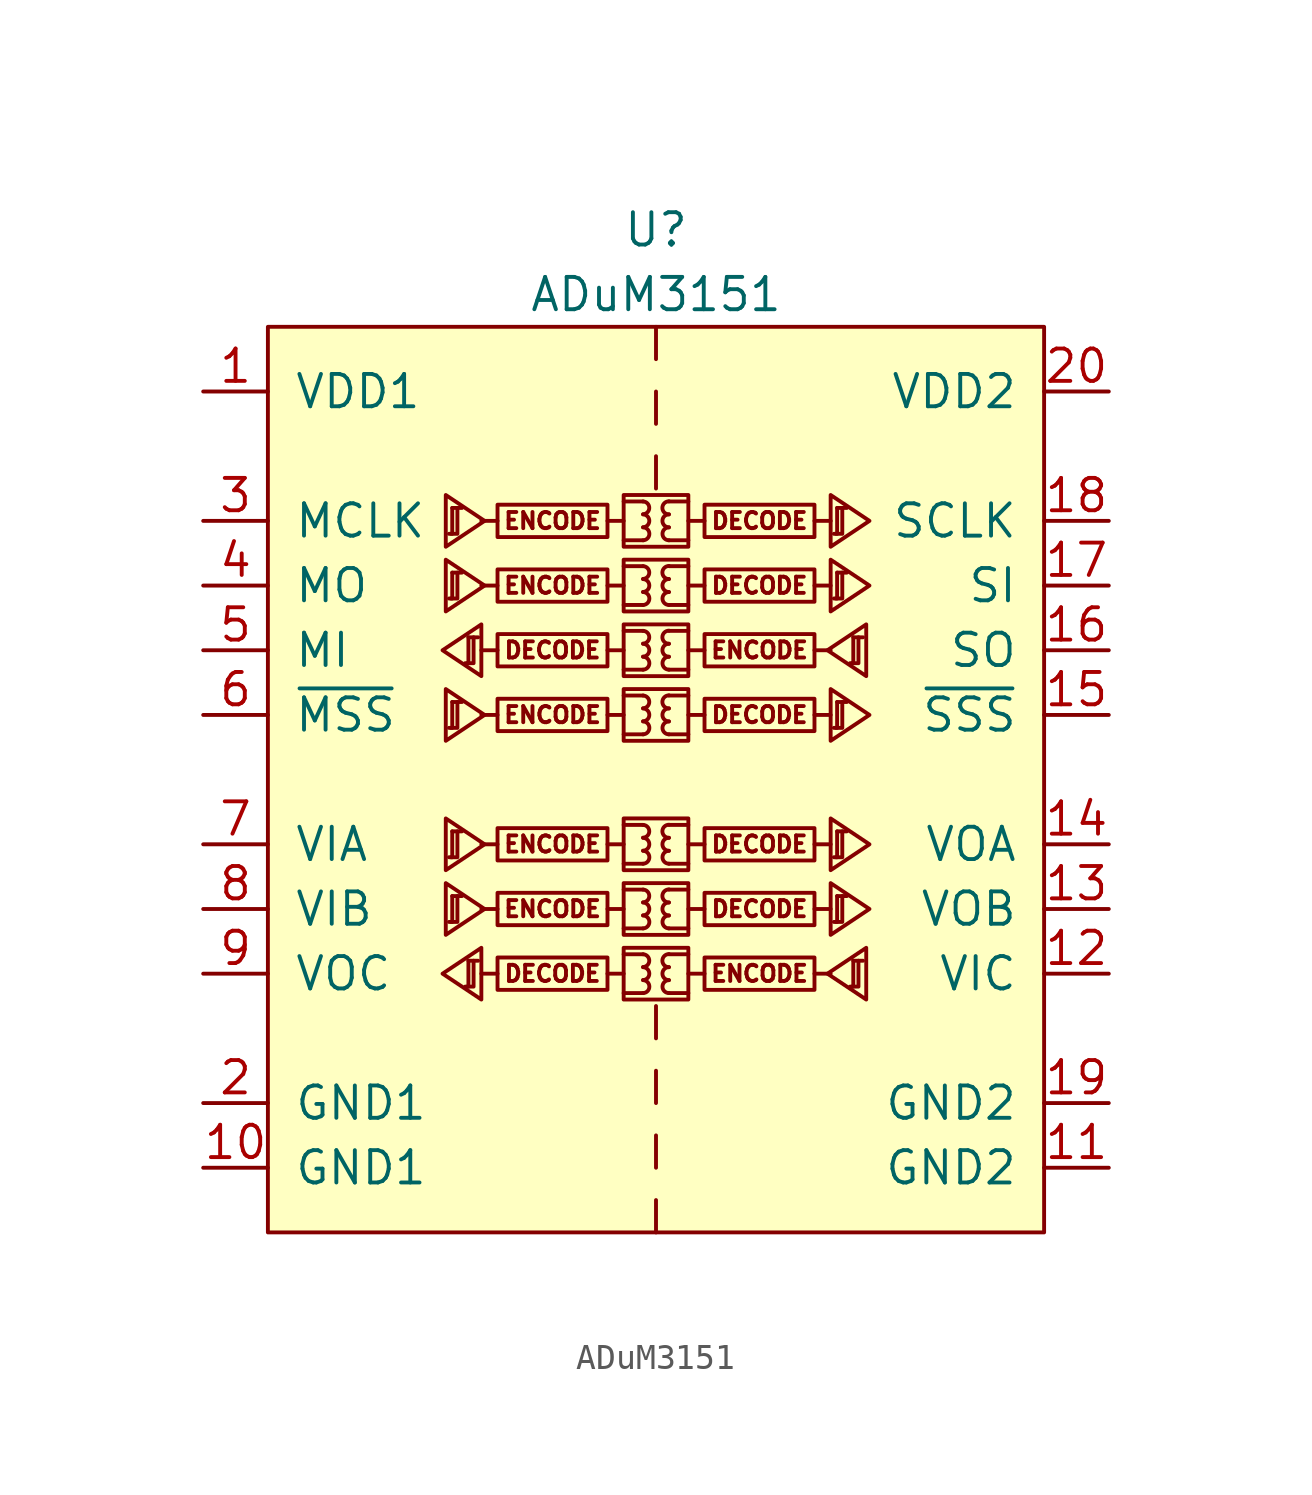
<source format=kicad_sym>
(kicad_symbol_lib
  (version 20211014)
  (generator kicad_symbol_editor)
  (symbol "ADuM3151"
    (pin_names
      (offset 1.016))
    (property "Reference" "U"
      (at 0 21.59 0)
      (effects (font (size 1.27 1.27))))
    (property "Value" "ADuM3151"
      (at 0 19.05 0)
      (effects (font (size 1.27 1.27))))
    (symbol "ADuM3151_0_1"
      (rectangle (start -15.24 17.78) (end 15.24 -17.78) (stroke (width 0) (type default) (color 0 0 0 0)) (fill (type background)))
      (polyline (pts (xy 0 -16.51) (xy 0 -17.78)) (stroke (width 0) (type default) (color 0 0 0 0)) (fill (type none)))
      (polyline (pts (xy 0 -13.97) (xy 0 -15.24)) (stroke (width 0) (type default) (color 0 0 0 0)) (fill (type none)))
      (polyline (pts (xy 0 -11.43) (xy 0 -12.7)) (stroke (width 0) (type default) (color 0 0 0 0)) (fill (type none)))
      (polyline (pts (xy 0 -8.89) (xy 0 -10.16)) (stroke (width 0) (type default) (color 0 0 0 0)) (fill (type none)))
      (polyline (pts (xy 0 12.7) (xy 0 11.43)) (stroke (width 0) (type default) (color 0 0 0 0)) (fill (type none)))
      (polyline (pts (xy 0 15.24) (xy 0 13.97)) (stroke (width 0) (type default) (color 0 0 0 0)) (fill (type none)))
      (polyline (pts (xy 0 17.78) (xy 0 16.51)) (stroke (width 0) (type default) (color 0 0 0 0)) (fill (type none))))
    (symbol "ADuM3151_1_1"
      (rectangle (start -1.905 -6.985) (end -6.223 -8.255) (stroke (width 0) (type default) (color 0 0 0 0)) (fill (type none)))
      (rectangle (start -1.905 -4.445) (end -6.223 -5.715) (stroke (width 0) (type default) (color 0 0 0 0)) (fill (type none)))
      (rectangle (start -1.905 -1.905) (end -6.223 -3.175) (stroke (width 0) (type default) (color 0 0 0 0)) (fill (type none)))
      (rectangle (start -1.905 3.175) (end -6.223 1.905) (stroke (width 0) (type default) (color 0 0 0 0)) (fill (type none)))
      (rectangle (start -1.905 5.715) (end -6.223 4.445) (stroke (width 0) (type default) (color 0 0 0 0)) (fill (type none)))
      (rectangle (start -1.905 8.255) (end -6.223 6.985) (stroke (width 0) (type default) (color 0 0 0 0)) (fill (type none)))
      (rectangle (start -1.905 10.795) (end -6.223 9.525) (stroke (width 0) (type default) (color 0 0 0 0)) (fill (type none)))
      (rectangle (start -1.27 -6.604) (end 1.27 -8.636) (stroke (width 0) (type default) (color 0 0 0 0)) (fill (type none)))
      (rectangle (start -1.27 -4.064) (end 1.27 -6.096) (stroke (width 0) (type default) (color 0 0 0 0)) (fill (type none)))
      (rectangle (start -1.27 -1.524) (end 1.27 -3.556) (stroke (width 0) (type default) (color 0 0 0 0)) (fill (type none)))
      (rectangle (start -1.27 3.556) (end 1.27 1.524) (stroke (width 0) (type default) (color 0 0 0 0)) (fill (type none)))
      (rectangle (start -1.27 6.096) (end 1.27 4.064) (stroke (width 0) (type default) (color 0 0 0 0)) (fill (type none)))
      (rectangle (start -1.27 8.636) (end 1.27 6.604) (stroke (width 0) (type default) (color 0 0 0 0)) (fill (type none)))
      (rectangle (start -1.27 11.176) (end 1.27 9.144) (stroke (width 0) (type default) (color 0 0 0 0)) (fill (type none)))
      (arc (start -0.508 -8.382) (mid -0.254 -8.128) (end -0.508 -7.874) (stroke (width 0) (type default) (color 0 0 0 0)) (fill (type none)))
      (arc (start -0.508 -7.874) (mid -0.254 -7.62) (end -0.508 -7.366) (stroke (width 0) (type default) (color 0 0 0 0)) (fill (type none)))
      (arc (start -0.508 -7.366) (mid -0.254 -7.112) (end -0.508 -6.858) (stroke (width 0) (type default) (color 0 0 0 0)) (fill (type none)))
      (arc (start -0.508 -5.842) (mid -0.254 -5.588) (end -0.508 -5.334) (stroke (width 0) (type default) (color 0 0 0 0)) (fill (type none)))
      (arc (start -0.508 -5.334) (mid -0.254 -5.08) (end -0.508 -4.826) (stroke (width 0) (type default) (color 0 0 0 0)) (fill (type none)))
      (arc (start -0.508 -4.826) (mid -0.254 -4.572) (end -0.508 -4.318) (stroke (width 0) (type default) (color 0 0 0 0)) (fill (type none)))
      (arc (start -0.508 -3.302) (mid -0.254 -3.048) (end -0.508 -2.794) (stroke (width 0) (type default) (color 0 0 0 0)) (fill (type none)))
      (arc (start -0.508 -2.794) (mid -0.254 -2.54) (end -0.508 -2.286) (stroke (width 0) (type default) (color 0 0 0 0)) (fill (type none)))
      (arc (start -0.508 -2.286) (mid -0.254 -2.032) (end -0.508 -1.778) (stroke (width 0) (type default) (color 0 0 0 0)) (fill (type none)))
      (arc (start -0.508 1.778) (mid -0.254 2.032) (end -0.508 2.286) (stroke (width 0) (type default) (color 0 0 0 0)) (fill (type none)))
      (arc (start -0.508 2.286) (mid -0.254 2.54) (end -0.508 2.794) (stroke (width 0) (type default) (color 0 0 0 0)) (fill (type none)))
      (arc (start -0.508 2.794) (mid -0.254 3.048) (end -0.508 3.302) (stroke (width 0) (type default) (color 0 0 0 0)) (fill (type none)))
      (arc (start -0.508 4.318) (mid -0.254 4.572) (end -0.508 4.826) (stroke (width 0) (type default) (color 0 0 0 0)) (fill (type none)))
      (arc (start -0.508 4.826) (mid -0.254 5.08) (end -0.508 5.334) (stroke (width 0) (type default) (color 0 0 0 0)) (fill (type none)))
      (arc (start -0.508 5.334) (mid -0.254 5.588) (end -0.508 5.842) (stroke (width 0) (type default) (color 0 0 0 0)) (fill (type none)))
      (arc (start -0.508 6.858) (mid -0.254 7.112) (end -0.508 7.366) (stroke (width 0) (type default) (color 0 0 0 0)) (fill (type none)))
      (arc (start -0.508 7.366) (mid -0.254 7.62) (end -0.508 7.874) (stroke (width 0) (type default) (color 0 0 0 0)) (fill (type none)))
      (arc (start -0.508 7.874) (mid -0.254 8.128) (end -0.508 8.382) (stroke (width 0) (type default) (color 0 0 0 0)) (fill (type none)))
      (arc (start -0.508 9.398) (mid -0.254 9.652) (end -0.508 9.906) (stroke (width 0) (type default) (color 0 0 0 0)) (fill (type none)))
      (arc (start -0.508 9.906) (mid -0.254 10.16) (end -0.508 10.414) (stroke (width 0) (type default) (color 0 0 0 0)) (fill (type none)))
      (arc (start -0.508 10.414) (mid -0.254 10.668) (end -0.508 10.922) (stroke (width 0) (type default) (color 0 0 0 0)) (fill (type none)))
      (polyline (pts (xy -8.001 -4.572) (xy -7.62 -4.572)) (stroke (width 0) (type default) (color 0 0 0 0)) (fill (type none)))
      (polyline (pts (xy -8.001 -2.032) (xy -7.62 -2.032)) (stroke (width 0) (type default) (color 0 0 0 0)) (fill (type none)))
      (polyline (pts (xy -8.001 3.048) (xy -7.62 3.048)) (stroke (width 0) (type default) (color 0 0 0 0)) (fill (type none)))
      (polyline (pts (xy -8.001 8.128) (xy -7.62 8.128)) (stroke (width 0) (type default) (color 0 0 0 0)) (fill (type none)))
      (polyline (pts (xy -8.001 10.668) (xy -7.62 10.668)) (stroke (width 0) (type default) (color 0 0 0 0)) (fill (type none)))
      (polyline (pts (xy -7.366 -7.112) (xy -6.985 -7.112)) (stroke (width 0) (type default) (color 0 0 0 0)) (fill (type none)))
      (polyline (pts (xy -7.366 5.588) (xy -6.985 5.588)) (stroke (width 0) (type default) (color 0 0 0 0)) (fill (type none)))
      (polyline (pts (xy -6.223 -7.62) (xy -6.858 -7.62)) (stroke (width 0) (type default) (color 0 0 0 0)) (fill (type none)))
      (polyline (pts (xy -6.223 -5.08) (xy -6.858 -5.08)) (stroke (width 0) (type default) (color 0 0 0 0)) (fill (type none)))
      (polyline (pts (xy -6.223 -2.54) (xy -6.858 -2.54)) (stroke (width 0) (type default) (color 0 0 0 0)) (fill (type none)))
      (polyline (pts (xy -6.223 2.54) (xy -6.858 2.54)) (stroke (width 0) (type default) (color 0 0 0 0)) (fill (type none)))
      (polyline (pts (xy -6.223 5.08) (xy -6.858 5.08)) (stroke (width 0) (type default) (color 0 0 0 0)) (fill (type none)))
      (polyline (pts (xy -6.223 7.62) (xy -6.858 7.62)) (stroke (width 0) (type default) (color 0 0 0 0)) (fill (type none)))
      (polyline (pts (xy -6.223 10.16) (xy -6.858 10.16)) (stroke (width 0) (type default) (color 0 0 0 0)) (fill (type none)))
      (polyline (pts (xy -1.905 -7.62) (xy -1.27 -7.62)) (stroke (width 0) (type default) (color 0 0 0 0)) (fill (type none)))
      (polyline (pts (xy -1.905 -5.08) (xy -1.27 -5.08)) (stroke (width 0) (type default) (color 0 0 0 0)) (fill (type none)))
      (polyline (pts (xy -1.905 -2.54) (xy -1.27 -2.54)) (stroke (width 0) (type default) (color 0 0 0 0)) (fill (type none)))
      (polyline (pts (xy -1.905 2.54) (xy -1.27 2.54)) (stroke (width 0) (type default) (color 0 0 0 0)) (fill (type none)))
      (polyline (pts (xy -1.905 5.08) (xy -1.27 5.08)) (stroke (width 0) (type default) (color 0 0 0 0)) (fill (type none)))
      (polyline (pts (xy -1.905 7.62) (xy -1.27 7.62)) (stroke (width 0) (type default) (color 0 0 0 0)) (fill (type none)))
      (polyline (pts (xy -1.905 10.16) (xy -1.27 10.16)) (stroke (width 0) (type default) (color 0 0 0 0)) (fill (type none)))
      (polyline (pts (xy -1.27 -8.382) (xy -0.508 -8.382)) (stroke (width 0) (type default) (color 0 0 0 0)) (fill (type none)))
      (polyline (pts (xy -1.27 -6.858) (xy -0.508 -6.858)) (stroke (width 0) (type default) (color 0 0 0 0)) (fill (type none)))
      (polyline (pts (xy -1.27 -5.842) (xy -0.508 -5.842)) (stroke (width 0) (type default) (color 0 0 0 0)) (fill (type none)))
      (polyline (pts (xy -1.27 -4.318) (xy -0.508 -4.318)) (stroke (width 0) (type default) (color 0 0 0 0)) (fill (type none)))
      (polyline (pts (xy -1.27 -3.302) (xy -0.508 -3.302)) (stroke (width 0) (type default) (color 0 0 0 0)) (fill (type none)))
      (polyline (pts (xy -1.27 -1.778) (xy -0.508 -1.778)) (stroke (width 0) (type default) (color 0 0 0 0)) (fill (type none)))
      (polyline (pts (xy -1.27 1.778) (xy -0.508 1.778)) (stroke (width 0) (type default) (color 0 0 0 0)) (fill (type none)))
      (polyline (pts (xy -1.27 3.302) (xy -0.508 3.302)) (stroke (width 0) (type default) (color 0 0 0 0)) (fill (type none)))
      (polyline (pts (xy -1.27 4.318) (xy -0.508 4.318)) (stroke (width 0) (type default) (color 0 0 0 0)) (fill (type none)))
      (polyline (pts (xy -1.27 5.842) (xy -0.508 5.842)) (stroke (width 0) (type default) (color 0 0 0 0)) (fill (type none)))
      (polyline (pts (xy -1.27 6.858) (xy -0.508 6.858)) (stroke (width 0) (type default) (color 0 0 0 0)) (fill (type none)))
      (polyline (pts (xy -1.27 8.382) (xy -0.508 8.382)) (stroke (width 0) (type default) (color 0 0 0 0)) (fill (type none)))
      (polyline (pts (xy -1.27 9.398) (xy -0.508 9.398)) (stroke (width 0) (type default) (color 0 0 0 0)) (fill (type none)))
      (polyline (pts (xy -1.27 10.922) (xy -0.508 10.922)) (stroke (width 0) (type default) (color 0 0 0 0)) (fill (type none)))
      (polyline (pts (xy 1.27 -8.382) (xy 0.508 -8.382)) (stroke (width 0) (type default) (color 0 0 0 0)) (fill (type none)))
      (polyline (pts (xy 1.27 -6.858) (xy 0.508 -6.858)) (stroke (width 0) (type default) (color 0 0 0 0)) (fill (type none)))
      (polyline (pts (xy 1.27 -5.842) (xy 0.508 -5.842)) (stroke (width 0) (type default) (color 0 0 0 0)) (fill (type none)))
      (polyline (pts (xy 1.27 -4.318) (xy 0.508 -4.318)) (stroke (width 0) (type default) (color 0 0 0 0)) (fill (type none)))
      (polyline (pts (xy 1.27 -3.302) (xy 0.508 -3.302)) (stroke (width 0) (type default) (color 0 0 0 0)) (fill (type none)))
      (polyline (pts (xy 1.27 -1.778) (xy 0.508 -1.778)) (stroke (width 0) (type default) (color 0 0 0 0)) (fill (type none)))
      (polyline (pts (xy 1.27 1.778) (xy 0.508 1.778)) (stroke (width 0) (type default) (color 0 0 0 0)) (fill (type none)))
      (polyline (pts (xy 1.27 3.302) (xy 0.508 3.302)) (stroke (width 0) (type default) (color 0 0 0 0)) (fill (type none)))
      (polyline (pts (xy 1.27 4.318) (xy 0.508 4.318)) (stroke (width 0) (type default) (color 0 0 0 0)) (fill (type none)))
      (polyline (pts (xy 1.27 5.842) (xy 0.508 5.842)) (stroke (width 0) (type default) (color 0 0 0 0)) (fill (type none)))
      (polyline (pts (xy 1.27 6.858) (xy 0.508 6.858)) (stroke (width 0) (type default) (color 0 0 0 0)) (fill (type none)))
      (polyline (pts (xy 1.27 8.382) (xy 0.508 8.382)) (stroke (width 0) (type default) (color 0 0 0 0)) (fill (type none)))
      (polyline (pts (xy 1.27 9.398) (xy 0.508 9.398)) (stroke (width 0) (type default) (color 0 0 0 0)) (fill (type none)))
      (polyline (pts (xy 1.27 10.922) (xy 0.508 10.922)) (stroke (width 0) (type default) (color 0 0 0 0)) (fill (type none)))
      (polyline (pts (xy 1.905 -7.62) (xy 1.27 -7.62)) (stroke (width 0) (type default) (color 0 0 0 0)) (fill (type none)))
      (polyline (pts (xy 1.905 -5.08) (xy 1.27 -5.08)) (stroke (width 0) (type default) (color 0 0 0 0)) (fill (type none)))
      (polyline (pts (xy 1.905 -2.54) (xy 1.27 -2.54)) (stroke (width 0) (type default) (color 0 0 0 0)) (fill (type none)))
      (polyline (pts (xy 1.905 2.54) (xy 1.27 2.54)) (stroke (width 0) (type default) (color 0 0 0 0)) (fill (type none)))
      (polyline (pts (xy 1.905 5.08) (xy 1.27 5.08)) (stroke (width 0) (type default) (color 0 0 0 0)) (fill (type none)))
      (polyline (pts (xy 1.905 7.62) (xy 1.27 7.62)) (stroke (width 0) (type default) (color 0 0 0 0)) (fill (type none)))
      (polyline (pts (xy 1.905 10.16) (xy 1.27 10.16)) (stroke (width 0) (type default) (color 0 0 0 0)) (fill (type none)))
      (polyline (pts (xy 6.223 -7.62) (xy 6.858 -7.62)) (stroke (width 0) (type default) (color 0 0 0 0)) (fill (type none)))
      (polyline (pts (xy 6.223 -5.08) (xy 6.858 -5.08)) (stroke (width 0) (type default) (color 0 0 0 0)) (fill (type none)))
      (polyline (pts (xy 6.223 -2.54) (xy 6.858 -2.54)) (stroke (width 0) (type default) (color 0 0 0 0)) (fill (type none)))
      (polyline (pts (xy 6.223 2.54) (xy 6.858 2.54)) (stroke (width 0) (type default) (color 0 0 0 0)) (fill (type none)))
      (polyline (pts (xy 6.223 5.08) (xy 6.858 5.08)) (stroke (width 0) (type default) (color 0 0 0 0)) (fill (type none)))
      (polyline (pts (xy 6.223 7.62) (xy 6.858 7.62)) (stroke (width 0) (type default) (color 0 0 0 0)) (fill (type none)))
      (polyline (pts (xy 6.223 10.16) (xy 6.858 10.16)) (stroke (width 0) (type default) (color 0 0 0 0)) (fill (type none)))
      (polyline (pts (xy 7.112 -4.572) (xy 7.493 -4.572)) (stroke (width 0) (type default) (color 0 0 0 0)) (fill (type none)))
      (polyline (pts (xy 7.112 -2.032) (xy 7.493 -2.032)) (stroke (width 0) (type default) (color 0 0 0 0)) (fill (type none)))
      (polyline (pts (xy 7.112 3.048) (xy 7.493 3.048)) (stroke (width 0) (type default) (color 0 0 0 0)) (fill (type none)))
      (polyline (pts (xy 7.112 8.128) (xy 7.493 8.128)) (stroke (width 0) (type default) (color 0 0 0 0)) (fill (type none)))
      (polyline (pts (xy 7.112 10.668) (xy 7.493 10.668)) (stroke (width 0) (type default) (color 0 0 0 0)) (fill (type none)))
      (polyline (pts (xy 7.747 -7.112) (xy 8.128 -7.112)) (stroke (width 0) (type default) (color 0 0 0 0)) (fill (type none)))
      (polyline (pts (xy 7.747 5.588) (xy 8.128 5.588)) (stroke (width 0) (type default) (color 0 0 0 0)) (fill (type none)))
      (polyline (pts (xy -8.052 -5.588) (xy -7.798 -5.588) (xy -7.798 -4.572)) (stroke (width 0) (type default) (color 0 0 0 0)) (fill (type none)))
      (polyline (pts (xy -8.052 -3.048) (xy -7.798 -3.048) (xy -7.798 -2.032)) (stroke (width 0) (type default) (color 0 0 0 0)) (fill (type none)))
      (polyline (pts (xy -8.052 2.032) (xy -7.798 2.032) (xy -7.798 3.048)) (stroke (width 0) (type default) (color 0 0 0 0)) (fill (type none)))
      (polyline (pts (xy -8.052 7.112) (xy -7.798 7.112) (xy -7.798 8.128)) (stroke (width 0) (type default) (color 0 0 0 0)) (fill (type none)))
      (polyline (pts (xy -8.052 9.652) (xy -7.798 9.652) (xy -7.798 10.668)) (stroke (width 0) (type default) (color 0 0 0 0)) (fill (type none)))
      (polyline (pts (xy -8.001 -4.572) (xy -8.001 -5.588) (xy -8.128 -5.588)) (stroke (width 0) (type default) (color 0 0 0 0)) (fill (type none)))
      (polyline (pts (xy -8.001 -2.032) (xy -8.001 -3.048) (xy -8.128 -3.048)) (stroke (width 0) (type default) (color 0 0 0 0)) (fill (type none)))
      (polyline (pts (xy -8.001 3.048) (xy -8.001 2.032) (xy -8.128 2.032)) (stroke (width 0) (type default) (color 0 0 0 0)) (fill (type none)))
      (polyline (pts (xy -8.001 8.128) (xy -8.001 7.112) (xy -8.128 7.112)) (stroke (width 0) (type default) (color 0 0 0 0)) (fill (type none)))
      (polyline (pts (xy -8.001 10.668) (xy -8.001 9.652) (xy -8.128 9.652)) (stroke (width 0) (type default) (color 0 0 0 0)) (fill (type none)))
      (polyline (pts (xy -7.417 -8.128) (xy -7.163 -8.128) (xy -7.163 -7.112)) (stroke (width 0) (type default) (color 0 0 0 0)) (fill (type none)))
      (polyline (pts (xy -7.417 4.572) (xy -7.163 4.572) (xy -7.163 5.588)) (stroke (width 0) (type default) (color 0 0 0 0)) (fill (type none)))
      (polyline (pts (xy -7.366 -7.112) (xy -7.366 -8.128) (xy -7.493 -8.128)) (stroke (width 0) (type default) (color 0 0 0 0)) (fill (type none)))
      (polyline (pts (xy -7.366 5.588) (xy -7.366 4.572) (xy -7.493 4.572)) (stroke (width 0) (type default) (color 0 0 0 0)) (fill (type none)))
      (polyline (pts (xy 7.061 -5.588) (xy 7.315 -5.588) (xy 7.315 -4.572)) (stroke (width 0) (type default) (color 0 0 0 0)) (fill (type none)))
      (polyline (pts (xy 7.061 -3.048) (xy 7.315 -3.048) (xy 7.315 -2.032)) (stroke (width 0) (type default) (color 0 0 0 0)) (fill (type none)))
      (polyline (pts (xy 7.061 2.032) (xy 7.315 2.032) (xy 7.315 3.048)) (stroke (width 0) (type default) (color 0 0 0 0)) (fill (type none)))
      (polyline (pts (xy 7.061 7.112) (xy 7.315 7.112) (xy 7.315 8.128)) (stroke (width 0) (type default) (color 0 0 0 0)) (fill (type none)))
      (polyline (pts (xy 7.061 9.652) (xy 7.315 9.652) (xy 7.315 10.668)) (stroke (width 0) (type default) (color 0 0 0 0)) (fill (type none)))
      (polyline (pts (xy 7.112 -4.572) (xy 7.112 -5.588) (xy 6.985 -5.588)) (stroke (width 0) (type default) (color 0 0 0 0)) (fill (type none)))
      (polyline (pts (xy 7.112 -2.032) (xy 7.112 -3.048) (xy 6.985 -3.048)) (stroke (width 0) (type default) (color 0 0 0 0)) (fill (type none)))
      (polyline (pts (xy 7.112 3.048) (xy 7.112 2.032) (xy 6.985 2.032)) (stroke (width 0) (type default) (color 0 0 0 0)) (fill (type none)))
      (polyline (pts (xy 7.112 8.128) (xy 7.112 7.112) (xy 6.985 7.112)) (stroke (width 0) (type default) (color 0 0 0 0)) (fill (type none)))
      (polyline (pts (xy 7.112 10.668) (xy 7.112 9.652) (xy 6.985 9.652)) (stroke (width 0) (type default) (color 0 0 0 0)) (fill (type none)))
      (polyline (pts (xy 7.696 -8.128) (xy 7.95 -8.128) (xy 7.95 -7.112)) (stroke (width 0) (type default) (color 0 0 0 0)) (fill (type none)))
      (polyline (pts (xy 7.696 4.572) (xy 7.95 4.572) (xy 7.95 5.588)) (stroke (width 0) (type default) (color 0 0 0 0)) (fill (type none)))
      (polyline (pts (xy 7.747 -7.112) (xy 7.747 -8.128) (xy 7.62 -8.128)) (stroke (width 0) (type default) (color 0 0 0 0)) (fill (type none)))
      (polyline (pts (xy 7.747 5.588) (xy 7.747 4.572) (xy 7.62 4.572)) (stroke (width 0) (type default) (color 0 0 0 0)) (fill (type none)))
      (polyline (pts (xy -8.382 -7.62) (xy -6.858 -6.604) (xy -6.858 -8.636) (xy -8.382 -7.62)) (stroke (width 0) (type default) (color 0 0 0 0)) (fill (type none)))
      (polyline (pts (xy -8.382 5.08) (xy -6.858 6.096) (xy -6.858 4.064) (xy -8.382 5.08)) (stroke (width 0) (type default) (color 0 0 0 0)) (fill (type none)))
      (polyline (pts (xy -6.731 -5.08) (xy -8.255 -4.064) (xy -8.255 -6.096) (xy -6.731 -5.08)) (stroke (width 0) (type default) (color 0 0 0 0)) (fill (type none)))
      (polyline (pts (xy -6.731 -2.54) (xy -8.255 -1.524) (xy -8.255 -3.556) (xy -6.731 -2.54)) (stroke (width 0) (type default) (color 0 0 0 0)) (fill (type none)))
      (polyline (pts (xy -6.731 2.54) (xy -8.255 3.556) (xy -8.255 1.524) (xy -6.731 2.54)) (stroke (width 0) (type default) (color 0 0 0 0)) (fill (type none)))
      (polyline (pts (xy -6.731 7.62) (xy -8.255 8.636) (xy -8.255 6.604) (xy -6.731 7.62)) (stroke (width 0) (type default) (color 0 0 0 0)) (fill (type none)))
      (polyline (pts (xy -6.731 10.16) (xy -8.255 11.176) (xy -8.255 9.144) (xy -6.731 10.16)) (stroke (width 0) (type default) (color 0 0 0 0)) (fill (type none)))
      (polyline (pts (xy 6.731 -7.62) (xy 8.255 -6.604) (xy 8.255 -8.636) (xy 6.731 -7.62)) (stroke (width 0) (type default) (color 0 0 0 0)) (fill (type none)))
      (polyline (pts (xy 6.731 5.08) (xy 8.255 6.096) (xy 8.255 4.064) (xy 6.731 5.08)) (stroke (width 0) (type default) (color 0 0 0 0)) (fill (type none)))
      (polyline (pts (xy 8.382 -5.08) (xy 6.858 -4.064) (xy 6.858 -6.096) (xy 8.382 -5.08)) (stroke (width 0) (type default) (color 0 0 0 0)) (fill (type none)))
      (polyline (pts (xy 8.382 -2.54) (xy 6.858 -1.524) (xy 6.858 -3.556) (xy 8.382 -2.54)) (stroke (width 0) (type default) (color 0 0 0 0)) (fill (type none)))
      (polyline (pts (xy 8.382 2.54) (xy 6.858 3.556) (xy 6.858 1.524) (xy 8.382 2.54)) (stroke (width 0) (type default) (color 0 0 0 0)) (fill (type none)))
      (polyline (pts (xy 8.382 7.62) (xy 6.858 8.636) (xy 6.858 6.604) (xy 8.382 7.62)) (stroke (width 0) (type default) (color 0 0 0 0)) (fill (type none)))
      (polyline (pts (xy 8.382 10.16) (xy 6.858 11.176) (xy 6.858 9.144) (xy 8.382 10.16)) (stroke (width 0) (type default) (color 0 0 0 0)) (fill (type none)))
      (arc (start 0.508 -7.874) (mid 0.254 -8.128) (end 0.508 -8.382) (stroke (width 0) (type default) (color 0 0 0 0)) (fill (type none)))
      (arc (start 0.508 -7.366) (mid 0.254 -7.62) (end 0.508 -7.874) (stroke (width 0) (type default) (color 0 0 0 0)) (fill (type none)))
      (arc (start 0.508 -6.858) (mid 0.254 -7.112) (end 0.508 -7.366) (stroke (width 0) (type default) (color 0 0 0 0)) (fill (type none)))
      (arc (start 0.508 -5.334) (mid 0.254 -5.588) (end 0.508 -5.842) (stroke (width 0) (type default) (color 0 0 0 0)) (fill (type none)))
      (arc (start 0.508 -4.826) (mid 0.254 -5.08) (end 0.508 -5.334) (stroke (width 0) (type default) (color 0 0 0 0)) (fill (type none)))
      (arc (start 0.508 -4.318) (mid 0.254 -4.572) (end 0.508 -4.826) (stroke (width 0) (type default) (color 0 0 0 0)) (fill (type none)))
      (arc (start 0.508 -2.794) (mid 0.254 -3.048) (end 0.508 -3.302) (stroke (width 0) (type default) (color 0 0 0 0)) (fill (type none)))
      (arc (start 0.508 -2.286) (mid 0.254 -2.54) (end 0.508 -2.794) (stroke (width 0) (type default) (color 0 0 0 0)) (fill (type none)))
      (arc (start 0.508 -1.778) (mid 0.254 -2.032) (end 0.508 -2.286) (stroke (width 0) (type default) (color 0 0 0 0)) (fill (type none)))
      (arc (start 0.508 2.286) (mid 0.254 2.032) (end 0.508 1.778) (stroke (width 0) (type default) (color 0 0 0 0)) (fill (type none)))
      (arc (start 0.508 2.794) (mid 0.254 2.54) (end 0.508 2.286) (stroke (width 0) (type default) (color 0 0 0 0)) (fill (type none)))
      (arc (start 0.508 3.302) (mid 0.254 3.048) (end 0.508 2.794) (stroke (width 0) (type default) (color 0 0 0 0)) (fill (type none)))
      (arc (start 0.508 4.826) (mid 0.254 4.572) (end 0.508 4.318) (stroke (width 0) (type default) (color 0 0 0 0)) (fill (type none)))
      (arc (start 0.508 5.334) (mid 0.254 5.08) (end 0.508 4.826) (stroke (width 0) (type default) (color 0 0 0 0)) (fill (type none)))
      (arc (start 0.508 5.842) (mid 0.254 5.588) (end 0.508 5.334) (stroke (width 0) (type default) (color 0 0 0 0)) (fill (type none)))
      (arc (start 0.508 7.366) (mid 0.254 7.112) (end 0.508 6.858) (stroke (width 0) (type default) (color 0 0 0 0)) (fill (type none)))
      (arc (start 0.508 7.874) (mid 0.254 7.62) (end 0.508 7.366) (stroke (width 0) (type default) (color 0 0 0 0)) (fill (type none)))
      (arc (start 0.508 8.382) (mid 0.254 8.128) (end 0.508 7.874) (stroke (width 0) (type default) (color 0 0 0 0)) (fill (type none)))
      (arc (start 0.508 9.906) (mid 0.254 9.652) (end 0.508 9.398) (stroke (width 0) (type default) (color 0 0 0 0)) (fill (type none)))
      (arc (start 0.508 10.414) (mid 0.254 10.16) (end 0.508 9.906) (stroke (width 0) (type default) (color 0 0 0 0)) (fill (type none)))
      (arc (start 0.508 10.922) (mid 0.254 10.668) (end 0.508 10.414) (stroke (width 0) (type default) (color 0 0 0 0)) (fill (type none)))
      (rectangle (start 1.905 -6.985) (end 6.223 -8.255) (stroke (width 0) (type default) (color 0 0 0 0)) (fill (type none)))
      (rectangle (start 1.905 -4.445) (end 6.223 -5.715) (stroke (width 0) (type default) (color 0 0 0 0)) (fill (type none)))
      (rectangle (start 1.905 -1.905) (end 6.223 -3.175) (stroke (width 0) (type default) (color 0 0 0 0)) (fill (type none)))
      (rectangle (start 1.905 3.175) (end 6.223 1.905) (stroke (width 0) (type default) (color 0 0 0 0)) (fill (type none)))
      (rectangle (start 1.905 5.715) (end 6.223 4.445) (stroke (width 0) (type default) (color 0 0 0 0)) (fill (type none)))
      (rectangle (start 1.905 8.255) (end 6.223 6.985) (stroke (width 0) (type default) (color 0 0 0 0)) (fill (type none)))
      (rectangle (start 1.905 10.795) (end 6.223 9.525) (stroke (width 0) (type default) (color 0 0 0 0)) (fill (type none)))
      (text "DECODE" (at -4.064 -7.62 0) (effects (font (size 0.635 0.635))))
      (text "DECODE" (at -4.064 5.08 0) (effects (font (size 0.635 0.635))))
      (text "DECODE" (at 4.064 -5.08 0) (effects (font (size 0.635 0.635))))
      (text "DECODE" (at 4.064 -2.54 0) (effects (font (size 0.635 0.635))))
      (text "DECODE" (at 4.064 2.54 0) (effects (font (size 0.635 0.635))))
      (text "DECODE" (at 4.064 7.62 0) (effects (font (size 0.635 0.635))))
      (text "DECODE" (at 4.064 10.16 0) (effects (font (size 0.635 0.635))))
      (text "ENCODE" (at -4.064 -5.08 0) (effects (font (size 0.635 0.635))))
      (text "ENCODE" (at -4.064 -2.54 0) (effects (font (size 0.635 0.635))))
      (text "ENCODE" (at -4.064 2.54 0) (effects (font (size 0.635 0.635))))
      (text "ENCODE" (at -4.064 7.62 0) (effects (font (size 0.635 0.635))))
      (text "ENCODE" (at -4.064 10.16 0) (effects (font (size 0.635 0.635))))
      (text "ENCODE" (at 4.064 -7.62 0) (effects (font (size 0.635 0.635))))
      (text "ENCODE" (at 4.064 5.08 0) (effects (font (size 0.635 0.635))))
      (pin passive line (at -17.78 15.24 0) (length 2.54) (name "VDD1" (effects (font (size 1.27 1.27)))) (number "1" (effects (font (size 1.27 1.27)))))
      (pin passive line (at -17.78 -15.24 0) (length 2.54) (name "GND1" (effects (font (size 1.27 1.27)))) (number "10" (effects (font (size 1.27 1.27)))))
      (pin passive line (at 17.78 -15.24 180) (length 2.54) (name "GND2" (effects (font (size 1.27 1.27)))) (number "11" (effects (font (size 1.27 1.27)))))
      (pin bidirectional line (at 17.78 -7.62 180) (length 2.54) (name "VIC" (effects (font (size 1.27 1.27)))) (number "12" (effects (font (size 1.27 1.27)))))
      (pin bidirectional line (at 17.78 -5.08 180) (length 2.54) (name "VOB" (effects (font (size 1.27 1.27)))) (number "13" (effects (font (size 1.27 1.27)))))
      (pin bidirectional line (at 17.78 -2.54 180) (length 2.54) (name "VOA" (effects (font (size 1.27 1.27)))) (number "14" (effects (font (size 1.27 1.27)))))
      (pin bidirectional line (at 17.78 2.54 180) (length 2.54) (name "~{SSS}" (effects (font (size 1.27 1.27)))) (number "15" (effects (font (size 1.27 1.27)))))
      (pin bidirectional line (at 17.78 5.08 180) (length 2.54) (name "SO" (effects (font (size 1.27 1.27)))) (number "16" (effects (font (size 1.27 1.27)))))
      (pin bidirectional line (at 17.78 7.62 180) (length 2.54) (name "SI" (effects (font (size 1.27 1.27)))) (number "17" (effects (font (size 1.27 1.27)))))
      (pin bidirectional line (at 17.78 10.16 180) (length 2.54) (name "SCLK" (effects (font (size 1.27 1.27)))) (number "18" (effects (font (size 1.27 1.27)))))
      (pin passive line (at 17.78 -12.7 180) (length 2.54) (name "GND2" (effects (font (size 1.27 1.27)))) (number "19" (effects (font (size 1.27 1.27)))))
      (pin passive line (at -17.78 -12.7 0) (length 2.54) (name "GND1" (effects (font (size 1.27 1.27)))) (number "2" (effects (font (size 1.27 1.27)))))
      (pin passive line (at 17.78 15.24 180) (length 2.54) (name "VDD2" (effects (font (size 1.27 1.27)))) (number "20" (effects (font (size 1.27 1.27)))))
      (pin bidirectional line (at -17.78 10.16 0) (length 2.54) (name "MCLK" (effects (font (size 1.27 1.27)))) (number "3" (effects (font (size 1.27 1.27)))))
      (pin bidirectional line (at -17.78 7.62 0) (length 2.54) (name "MO" (effects (font (size 1.27 1.27)))) (number "4" (effects (font (size 1.27 1.27)))))
      (pin bidirectional line (at -17.78 5.08 0) (length 2.54) (name "MI" (effects (font (size 1.27 1.27)))) (number "5" (effects (font (size 1.27 1.27)))))
      (pin bidirectional line (at -17.78 2.54 0) (length 2.54) (name "~{MSS}" (effects (font (size 1.27 1.27)))) (number "6" (effects (font (size 1.27 1.27)))))
      (pin bidirectional line (at -17.78 -2.54 0) (length 2.54) (name "VIA" (effects (font (size 1.27 1.27)))) (number "7" (effects (font (size 1.27 1.27)))))
      (pin bidirectional line (at -17.78 -5.08 0) (length 2.54) (name "VIB" (effects (font (size 1.27 1.27)))) (number "8" (effects (font (size 1.27 1.27)))))
      (pin bidirectional line (at -17.78 -7.62 0) (length 2.54) (name "VOC" (effects (font (size 1.27 1.27)))) (number "9" (effects (font (size 1.27 1.27))))))))
</source>
